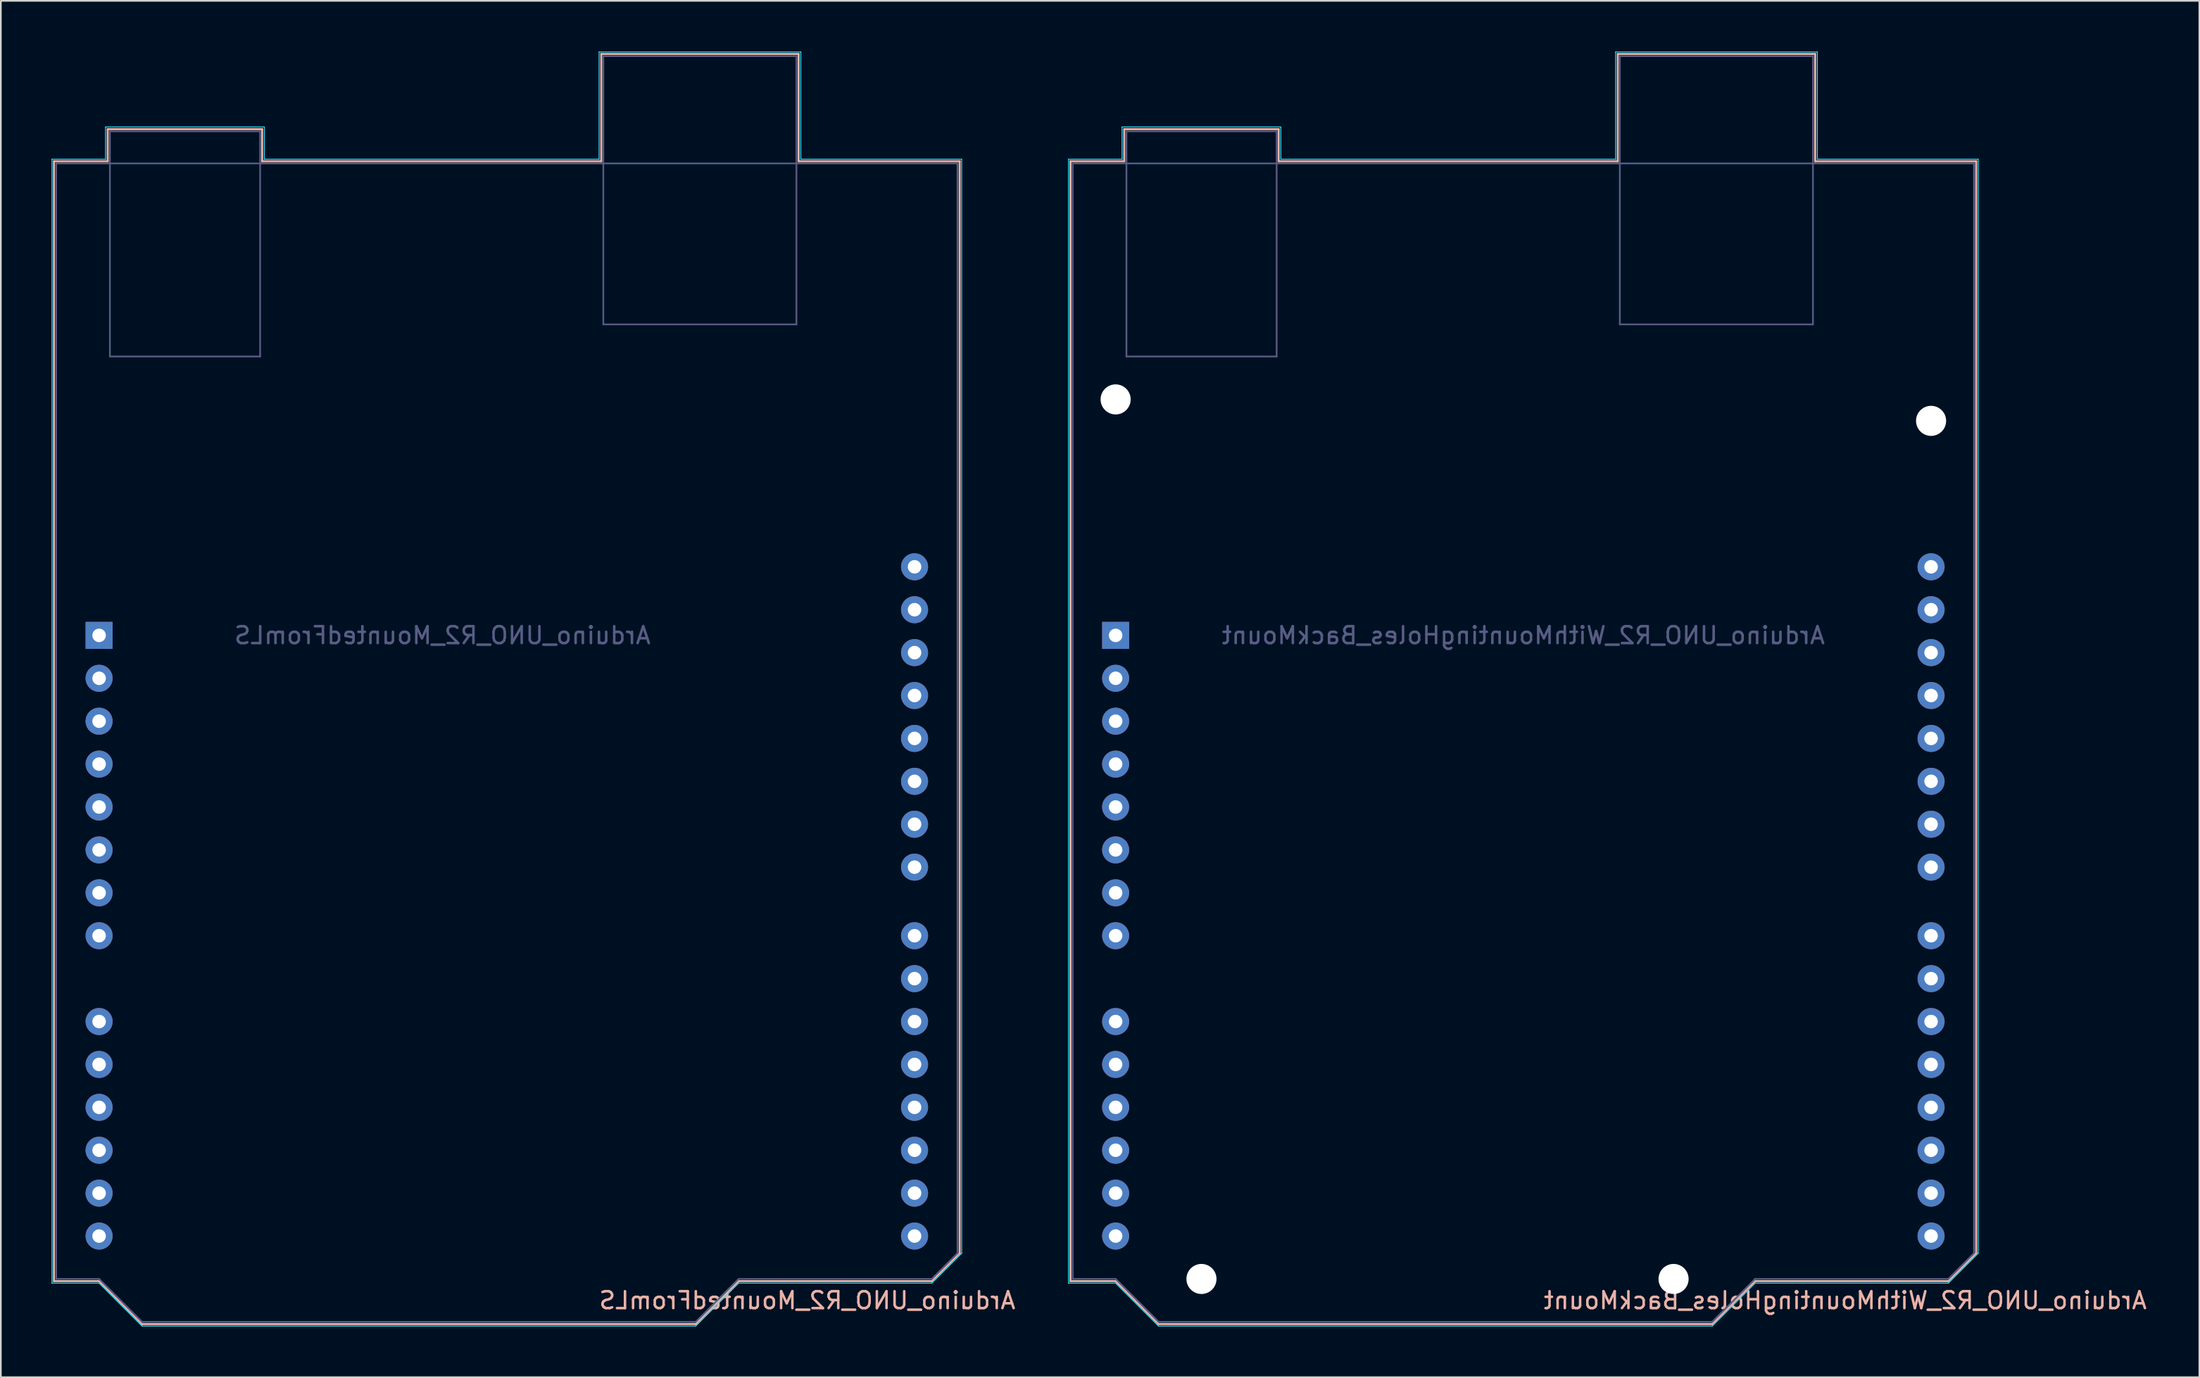
<source format=kicad_pcb>
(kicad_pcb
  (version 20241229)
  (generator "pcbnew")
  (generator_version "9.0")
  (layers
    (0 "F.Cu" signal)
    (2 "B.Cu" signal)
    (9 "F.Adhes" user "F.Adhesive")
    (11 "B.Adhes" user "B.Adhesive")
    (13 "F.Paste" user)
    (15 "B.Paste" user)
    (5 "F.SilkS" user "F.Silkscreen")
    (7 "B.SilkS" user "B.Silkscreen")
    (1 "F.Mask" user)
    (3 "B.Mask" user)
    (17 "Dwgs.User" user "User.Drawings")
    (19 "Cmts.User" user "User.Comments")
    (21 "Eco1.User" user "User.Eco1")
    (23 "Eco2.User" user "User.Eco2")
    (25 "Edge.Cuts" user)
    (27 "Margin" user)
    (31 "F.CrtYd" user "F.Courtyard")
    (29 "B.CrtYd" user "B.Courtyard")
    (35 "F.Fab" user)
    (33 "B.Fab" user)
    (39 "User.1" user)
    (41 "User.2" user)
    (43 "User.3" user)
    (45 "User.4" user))
  (footprint "Arduino_UNO_R2_WithMountingHoles_BackMount"
    (layer "F.Cu")
    (at 62.975 34.565)
    (property "Reference" "Arduino_UNO_R2_WithMountingHoles_BackMount" (at 43.18 39.37 0) (layer "B.SilkS") (effects (font (size 1 1) (thickness 0.15)) (justify mirror)))
    (attr through_hole)
    (fp_line (start -2.67 -28.07) (end 0.51 -28.07) (stroke (width 0.12) (type solid)) (layer "B.SilkS"))
    (fp_line (start -2.67 38.23) (end -2.67 -28.07) (stroke (width 0.12) (type solid)) (layer "B.SilkS"))
    (fp_line (start 0 38.23) (end -2.67 38.23) (stroke (width 0.12) (type solid)) (layer "B.SilkS"))
    (fp_line (start 0.51 -29.97) (end 9.65 -29.97) (stroke (width 0.12) (type solid)) (layer "B.SilkS"))
    (fp_line (start 0.51 -28.07) (end 0.51 -29.97) (stroke (width 0.12) (type solid)) (layer "B.SilkS"))
    (fp_line (start 2.54 40.77) (end 0 38.23) (stroke (width 0.12) (type solid)) (layer "B.SilkS"))
    (fp_line (start 9.65 -29.97) (end 9.65 -28.07) (stroke (width 0.12) (type solid)) (layer "B.SilkS"))
    (fp_line (start 9.65 -28.07) (end 29.72 -28.07) (stroke (width 0.12) (type solid)) (layer "B.SilkS"))
    (fp_line (start 29.72 -34.42) (end 41.4 -34.42) (stroke (width 0.12) (type solid)) (layer "B.SilkS"))
    (fp_line (start 29.72 -28.07) (end 29.72 -34.42) (stroke (width 0.12) (type solid)) (layer "B.SilkS"))
    (fp_line (start 35.31 40.77) (end 2.54 40.77) (stroke (width 0.12) (type solid)) (layer "B.SilkS"))
    (fp_line (start 37.85 38.23) (end 35.31 40.77) (stroke (width 0.12) (type solid)) (layer "B.SilkS"))
    (fp_line (start 41.4 -34.42) (end 41.4 -28.07) (stroke (width 0.12) (type solid)) (layer "B.SilkS"))
    (fp_line (start 41.4 -28.07) (end 50.93 -28.07) (stroke (width 0.12) (type solid)) (layer "B.SilkS"))
    (fp_line (start 49.28 38.23) (end 37.85 38.23) (stroke (width 0.12) (type solid)) (layer "B.SilkS"))
    (fp_line (start 50.93 -28.07) (end 50.93 36.58) (stroke (width 0.12) (type solid)) (layer "B.SilkS"))
    (fp_line (start 50.93 36.58) (end 49.28 38.23) (stroke (width 0.12) (type solid)) (layer "B.SilkS"))
    (fp_line (start -2.79 -28.19) (end -2.79 38.35) (stroke (width 0.05) (type solid)) (layer "B.CrtYd"))
    (fp_line (start -2.79 38.35) (end 0 38.35) (stroke (width 0.05) (type solid)) (layer "B.CrtYd"))
    (fp_line (start 0 38.35) (end 2.54 40.89) (stroke (width 0.05) (type solid)) (layer "B.CrtYd"))
    (fp_line (start 0.38 -30.1) (end 0.38 -28.19) (stroke (width 0.05) (type solid)) (layer "B.CrtYd"))
    (fp_line (start 0.38 -28.19) (end -2.79 -28.19) (stroke (width 0.05) (type solid)) (layer "B.CrtYd"))
    (fp_line (start 2.54 40.89) (end 35.31 40.89) (stroke (width 0.05) (type solid)) (layer "B.CrtYd"))
    (fp_line (start 9.78 -30.1) (end 0.38 -30.1) (stroke (width 0.05) (type solid)) (layer "B.CrtYd"))
    (fp_line (start 9.78 -28.19) (end 9.78 -30.1) (stroke (width 0.05) (type solid)) (layer "B.CrtYd"))
    (fp_line (start 29.59 -34.54) (end 29.59 -28.19) (stroke (width 0.05) (type solid)) (layer "B.CrtYd"))
    (fp_line (start 29.59 -28.19) (end 9.78 -28.19) (stroke (width 0.05) (type solid)) (layer "B.CrtYd"))
    (fp_line (start 35.31 40.89) (end 37.85 38.35) (stroke (width 0.05) (type solid)) (layer "B.CrtYd"))
    (fp_line (start 37.85 38.35) (end 49.28 38.35) (stroke (width 0.05) (type solid)) (layer "B.CrtYd"))
    (fp_line (start 41.53 -34.54) (end 29.59 -34.54) (stroke (width 0.05) (type solid)) (layer "B.CrtYd"))
    (fp_line (start 41.53 -28.19) (end 41.53 -34.54) (stroke (width 0.05) (type solid)) (layer "B.CrtYd"))
    (fp_line (start 49.28 38.35) (end 51.05 36.58) (stroke (width 0.05) (type solid)) (layer "B.CrtYd"))
    (fp_line (start 51.05 -28.19) (end 41.53 -28.19) (stroke (width 0.05) (type solid)) (layer "B.CrtYd"))
    (fp_line (start 51.05 36.58) (end 51.05 -28.19) (stroke (width 0.05) (type solid)) (layer "B.CrtYd"))
    (fp_line (start -2.54 -27.94) (end -2.54 38.1) (stroke (width 0.1) (type solid)) (layer "B.Fab"))
    (fp_line (start -2.54 38.1) (end 0 38.1) (stroke (width 0.1) (type solid)) (layer "B.Fab"))
    (fp_line (start 0 38.1) (end 2.54 40.64) (stroke (width 0.1) (type solid)) (layer "B.Fab"))
    (fp_line (start 0.64 -29.84) (end 0.64 -16.51) (stroke (width 0.1) (type solid)) (layer "B.Fab"))
    (fp_line (start 0.64 -16.51) (end 9.53 -16.51) (stroke (width 0.1) (type solid)) (layer "B.Fab"))
    (fp_line (start 2.54 40.64) (end 35.31 40.64) (stroke (width 0.1) (type solid)) (layer "B.Fab"))
    (fp_line (start 9.53 -29.84) (end 0.64 -29.84) (stroke (width 0.1) (type solid)) (layer "B.Fab"))
    (fp_line (start 9.53 -16.51) (end 9.53 -29.84) (stroke (width 0.1) (type solid)) (layer "B.Fab"))
    (fp_line (start 29.84 -34.29) (end 29.84 -18.41) (stroke (width 0.1) (type solid)) (layer "B.Fab"))
    (fp_line (start 29.84 -18.41) (end 41.27 -18.41) (stroke (width 0.1) (type solid)) (layer "B.Fab"))
    (fp_line (start 35.31 40.64) (end 37.85 38.1) (stroke (width 0.1) (type solid)) (layer "B.Fab"))
    (fp_line (start 37.85 38.1) (end 49.28 38.1) (stroke (width 0.1) (type solid)) (layer "B.Fab"))
    (fp_line (start 41.27 -34.29) (end 29.84 -34.29) (stroke (width 0.1) (type solid)) (layer "B.Fab"))
    (fp_line (start 41.27 -18.41) (end 41.27 -34.29) (stroke (width 0.1) (type solid)) (layer "B.Fab"))
    (fp_line (start 49.28 38.1) (end 50.8 36.58) (stroke (width 0.1) (type solid)) (layer "B.Fab"))
    (fp_line (start 50.8 -27.94) (end -2.54 -27.94) (stroke (width 0.1) (type solid)) (layer "B.Fab"))
    (fp_line (start 50.8 36.58) (end 50.8 -27.94) (stroke (width 0.1) (type solid)) (layer "B.Fab"))
    (fp_text user "${REFERENCE}" (at 24.13 0 0) (layer "B.Fab") (effects (font (size 1 1) (thickness 0.15)) (justify mirror)))
    (pad "" np_thru_hole circle (at 0 -13.97) (size 1.78 1.78) (drill 1.78) (layers "*.Cu" "*.Mask"))
    (pad "" np_thru_hole circle (at 5.08 38.1) (size 1.78 1.78) (drill 1.78) (layers "*.Cu" "*.Mask"))
    (pad "" np_thru_hole circle (at 33.02 38.1) (size 1.78 1.78) (drill 1.78) (layers "*.Cu" "*.Mask"))
    (pad "" np_thru_hole circle (at 48.26 -12.7) (size 1.78 1.78) (drill 1.78) (layers "*.Cu" "*.Mask"))
    (pad "1" thru_hole rect (at 0 0) (size 1.6 1.6) (drill 0.8) (layers "*.Cu" "*.Mask"))
    (pad "2" thru_hole oval (at 0 2.54) (size 1.6 1.6) (drill 0.8) (layers "*.Cu" "*.Mask"))
    (pad "3" thru_hole oval (at 0 5.08) (size 1.6 1.6) (drill 0.8) (layers "*.Cu" "*.Mask"))
    (pad "4" thru_hole oval (at 0 7.62) (size 1.6 1.6) (drill 0.8) (layers "*.Cu" "*.Mask"))
    (pad "5" thru_hole oval (at 0 10.16) (size 1.6 1.6) (drill 0.8) (layers "*.Cu" "*.Mask"))
    (pad "6" thru_hole oval (at 0 12.7) (size 1.6 1.6) (drill 0.8) (layers "*.Cu" "*.Mask"))
    (pad "7" thru_hole oval (at 0 15.24) (size 1.6 1.6) (drill 0.8) (layers "*.Cu" "*.Mask"))
    (pad "8" thru_hole oval (at 0 17.78) (size 1.6 1.6) (drill 0.8) (layers "*.Cu" "*.Mask"))
    (pad "9" thru_hole oval (at 0 22.86) (size 1.6 1.6) (drill 0.8) (layers "*.Cu" "*.Mask"))
    (pad "10" thru_hole oval (at 0 25.4) (size 1.6 1.6) (drill 0.8) (layers "*.Cu" "*.Mask"))
    (pad "11" thru_hole oval (at 0 27.94) (size 1.6 1.6) (drill 0.8) (layers "*.Cu" "*.Mask"))
    (pad "12" thru_hole oval (at 0 30.48) (size 1.6 1.6) (drill 0.8) (layers "*.Cu" "*.Mask"))
    (pad "13" thru_hole oval (at 0 33.02) (size 1.6 1.6) (drill 0.8) (layers "*.Cu" "*.Mask"))
    (pad "14" thru_hole oval (at 0 35.56) (size 1.6 1.6) (drill 0.8) (layers "*.Cu" "*.Mask"))
    (pad "15" thru_hole oval (at 48.26 35.56) (size 1.6 1.6) (drill 0.8) (layers "*.Cu" "*.Mask"))
    (pad "16" thru_hole oval (at 48.26 33.02) (size 1.6 1.6) (drill 0.8) (layers "*.Cu" "*.Mask"))
    (pad "17" thru_hole oval (at 48.26 30.48) (size 1.6 1.6) (drill 0.8) (layers "*.Cu" "*.Mask"))
    (pad "18" thru_hole oval (at 48.26 27.94) (size 1.6 1.6) (drill 0.8) (layers "*.Cu" "*.Mask"))
    (pad "19" thru_hole oval (at 48.26 25.4) (size 1.6 1.6) (drill 0.8) (layers "*.Cu" "*.Mask"))
    (pad "20" thru_hole oval (at 48.26 22.86) (size 1.6 1.6) (drill 0.8) (layers "*.Cu" "*.Mask"))
    (pad "21" thru_hole oval (at 48.26 20.32) (size 1.6 1.6) (drill 0.8) (layers "*.Cu" "*.Mask"))
    (pad "22" thru_hole oval (at 48.26 17.78) (size 1.6 1.6) (drill 0.8) (layers "*.Cu" "*.Mask"))
    (pad "23" thru_hole oval (at 48.26 13.72) (size 1.6 1.6) (drill 0.8) (layers "*.Cu" "*.Mask"))
    (pad "24" thru_hole oval (at 48.26 11.18) (size 1.6 1.6) (drill 0.8) (layers "*.Cu" "*.Mask"))
    (pad "25" thru_hole oval (at 48.26 8.64) (size 1.6 1.6) (drill 0.8) (layers "*.Cu" "*.Mask"))
    (pad "26" thru_hole oval (at 48.26 6.1) (size 1.6 1.6) (drill 0.8) (layers "*.Cu" "*.Mask"))
    (pad "27" thru_hole oval (at 48.26 3.56) (size 1.6 1.6) (drill 0.8) (layers "*.Cu" "*.Mask"))
    (pad "28" thru_hole oval (at 48.26 1.02) (size 1.6 1.6) (drill 0.8) (layers "*.Cu" "*.Mask"))
    (pad "29" thru_hole oval (at 48.26 -1.52) (size 1.6 1.6) (drill 0.8) (layers "*.Cu" "*.Mask"))
    (pad "30" thru_hole oval (at 48.26 -4.06) (size 1.6 1.6) (drill 0.8) (layers "*.Cu" "*.Mask")))
  (footprint "Arduino_UNO_R2_MountedFromLS"
    (layer "F.Cu")
    (at 2.815 34.565)
    (property "Reference" "Arduino_UNO_R2_MountedFromLS" (at 41.91 39.37 0) (layer "B.SilkS") (effects (font (size 1 1) (thickness 0.15)) (justify mirror)))
    (attr through_hole)
    (fp_line (start -2.67 -28.07) (end 0.51 -28.07) (stroke (width 0.12) (type solid)) (layer "B.SilkS"))
    (fp_line (start -2.67 38.23) (end -2.67 -28.07) (stroke (width 0.12) (type solid)) (layer "B.SilkS"))
    (fp_line (start 0 38.23) (end -2.67 38.23) (stroke (width 0.12) (type solid)) (layer "B.SilkS"))
    (fp_line (start 0.51 -29.97) (end 9.65 -29.97) (stroke (width 0.12) (type solid)) (layer "B.SilkS"))
    (fp_line (start 0.51 -28.07) (end 0.51 -29.97) (stroke (width 0.12) (type solid)) (layer "B.SilkS"))
    (fp_line (start 2.54 40.77) (end 0 38.23) (stroke (width 0.12) (type solid)) (layer "B.SilkS"))
    (fp_line (start 9.65 -29.97) (end 9.65 -28.07) (stroke (width 0.12) (type solid)) (layer "B.SilkS"))
    (fp_line (start 9.65 -28.07) (end 29.72 -28.07) (stroke (width 0.12) (type solid)) (layer "B.SilkS"))
    (fp_line (start 29.72 -34.42) (end 41.4 -34.42) (stroke (width 0.12) (type solid)) (layer "B.SilkS"))
    (fp_line (start 29.72 -28.07) (end 29.72 -34.42) (stroke (width 0.12) (type solid)) (layer "B.SilkS"))
    (fp_line (start 35.31 40.77) (end 2.54 40.77) (stroke (width 0.12) (type solid)) (layer "B.SilkS"))
    (fp_line (start 37.85 38.23) (end 35.31 40.77) (stroke (width 0.12) (type solid)) (layer "B.SilkS"))
    (fp_line (start 41.4 -34.42) (end 41.4 -28.07) (stroke (width 0.12) (type solid)) (layer "B.SilkS"))
    (fp_line (start 41.4 -28.07) (end 50.93 -28.07) (stroke (width 0.12) (type solid)) (layer "B.SilkS"))
    (fp_line (start 49.28 38.23) (end 37.85 38.23) (stroke (width 0.12) (type solid)) (layer "B.SilkS"))
    (fp_line (start 50.93 -28.07) (end 50.93 36.58) (stroke (width 0.12) (type solid)) (layer "B.SilkS"))
    (fp_line (start 50.93 36.58) (end 49.28 38.23) (stroke (width 0.12) (type solid)) (layer "B.SilkS"))
    (fp_line (start -2.79 -28.19) (end -2.79 38.35) (stroke (width 0.05) (type solid)) (layer "B.CrtYd"))
    (fp_line (start -2.79 38.35) (end 0 38.35) (stroke (width 0.05) (type solid)) (layer "B.CrtYd"))
    (fp_line (start 0 38.35) (end 2.54 40.89) (stroke (width 0.05) (type solid)) (layer "B.CrtYd"))
    (fp_line (start 0.38 -30.1) (end 0.38 -28.19) (stroke (width 0.05) (type solid)) (layer "B.CrtYd"))
    (fp_line (start 0.38 -28.19) (end -2.79 -28.19) (stroke (width 0.05) (type solid)) (layer "B.CrtYd"))
    (fp_line (start 2.54 40.89) (end 35.31 40.89) (stroke (width 0.05) (type solid)) (layer "B.CrtYd"))
    (fp_line (start 9.78 -30.1) (end 0.38 -30.1) (stroke (width 0.05) (type solid)) (layer "B.CrtYd"))
    (fp_line (start 9.78 -28.19) (end 9.78 -30.1) (stroke (width 0.05) (type solid)) (layer "B.CrtYd"))
    (fp_line (start 29.59 -34.54) (end 29.59 -28.19) (stroke (width 0.05) (type solid)) (layer "B.CrtYd"))
    (fp_line (start 29.59 -28.19) (end 9.78 -28.19) (stroke (width 0.05) (type solid)) (layer "B.CrtYd"))
    (fp_line (start 35.31 40.89) (end 37.85 38.35) (stroke (width 0.05) (type solid)) (layer "B.CrtYd"))
    (fp_line (start 37.85 38.35) (end 49.28 38.35) (stroke (width 0.05) (type solid)) (layer "B.CrtYd"))
    (fp_line (start 41.53 -34.54) (end 29.59 -34.54) (stroke (width 0.05) (type solid)) (layer "B.CrtYd"))
    (fp_line (start 41.53 -28.19) (end 41.53 -34.54) (stroke (width 0.05) (type solid)) (layer "B.CrtYd"))
    (fp_line (start 49.28 38.35) (end 51.05 36.58) (stroke (width 0.05) (type solid)) (layer "B.CrtYd"))
    (fp_line (start 51.05 -28.19) (end 41.53 -28.19) (stroke (width 0.05) (type solid)) (layer "B.CrtYd"))
    (fp_line (start 51.05 36.58) (end 51.05 -28.19) (stroke (width 0.05) (type solid)) (layer "B.CrtYd"))
    (fp_line (start -2.54 -27.94) (end -2.54 38.1) (stroke (width 0.1) (type solid)) (layer "B.Fab"))
    (fp_line (start -2.54 38.1) (end 0 38.1) (stroke (width 0.1) (type solid)) (layer "B.Fab"))
    (fp_line (start 0 38.1) (end 2.54 40.64) (stroke (width 0.1) (type solid)) (layer "B.Fab"))
    (fp_line (start 0.64 -29.84) (end 0.64 -16.51) (stroke (width 0.1) (type solid)) (layer "B.Fab"))
    (fp_line (start 0.64 -16.51) (end 9.53 -16.51) (stroke (width 0.1) (type solid)) (layer "B.Fab"))
    (fp_line (start 2.54 40.64) (end 35.31 40.64) (stroke (width 0.1) (type solid)) (layer "B.Fab"))
    (fp_line (start 9.53 -29.84) (end 0.64 -29.84) (stroke (width 0.1) (type solid)) (layer "B.Fab"))
    (fp_line (start 9.53 -16.51) (end 9.53 -29.84) (stroke (width 0.1) (type solid)) (layer "B.Fab"))
    (fp_line (start 29.84 -34.29) (end 29.84 -18.41) (stroke (width 0.1) (type solid)) (layer "B.Fab"))
    (fp_line (start 29.84 -18.41) (end 41.27 -18.41) (stroke (width 0.1) (type solid)) (layer "B.Fab"))
    (fp_line (start 35.31 40.64) (end 37.85 38.1) (stroke (width 0.1) (type solid)) (layer "B.Fab"))
    (fp_line (start 37.85 38.1) (end 49.28 38.1) (stroke (width 0.1) (type solid)) (layer "B.Fab"))
    (fp_line (start 41.27 -34.29) (end 29.84 -34.29) (stroke (width 0.1) (type solid)) (layer "B.Fab"))
    (fp_line (start 41.27 -18.41) (end 41.27 -34.29) (stroke (width 0.1) (type solid)) (layer "B.Fab"))
    (fp_line (start 49.28 38.1) (end 50.8 36.58) (stroke (width 0.1) (type solid)) (layer "B.Fab"))
    (fp_line (start 50.8 -27.94) (end -2.54 -27.94) (stroke (width 0.1) (type solid)) (layer "B.Fab"))
    (fp_line (start 50.8 36.58) (end 50.8 -27.94) (stroke (width 0.1) (type solid)) (layer "B.Fab"))
    (fp_text user "${REFERENCE}" (at 20.32 0 0) (layer "B.Fab") (effects (font (size 1 1) (thickness 0.15)) (justify mirror)))
    (pad "1" thru_hole rect (at 0 0) (size 1.6 1.6) (drill 0.8) (layers "*.Cu" "*.Mask"))
    (pad "2" thru_hole oval (at 0 2.54) (size 1.6 1.6) (drill 0.8) (layers "*.Cu" "*.Mask"))
    (pad "3" thru_hole oval (at 0 5.08) (size 1.6 1.6) (drill 0.8) (layers "*.Cu" "*.Mask"))
    (pad "4" thru_hole oval (at 0 7.62) (size 1.6 1.6) (drill 0.8) (layers "*.Cu" "*.Mask"))
    (pad "5" thru_hole oval (at 0 10.16) (size 1.6 1.6) (drill 0.8) (layers "*.Cu" "*.Mask"))
    (pad "6" thru_hole oval (at 0 12.7) (size 1.6 1.6) (drill 0.8) (layers "*.Cu" "*.Mask"))
    (pad "7" thru_hole oval (at 0 15.24) (size 1.6 1.6) (drill 0.8) (layers "*.Cu" "*.Mask"))
    (pad "8" thru_hole oval (at 0 17.78) (size 1.6 1.6) (drill 0.8) (layers "*.Cu" "*.Mask"))
    (pad "9" thru_hole oval (at 0 22.86) (size 1.6 1.6) (drill 0.8) (layers "*.Cu" "*.Mask"))
    (pad "10" thru_hole oval (at 0 25.4) (size 1.6 1.6) (drill 0.8) (layers "*.Cu" "*.Mask"))
    (pad "11" thru_hole oval (at 0 27.94) (size 1.6 1.6) (drill 0.8) (layers "*.Cu" "*.Mask"))
    (pad "12" thru_hole oval (at 0 30.48) (size 1.6 1.6) (drill 0.8) (layers "*.Cu" "*.Mask"))
    (pad "13" thru_hole oval (at 0 33.02) (size 1.6 1.6) (drill 0.8) (layers "*.Cu" "*.Mask"))
    (pad "14" thru_hole oval (at 0 35.56) (size 1.6 1.6) (drill 0.8) (layers "*.Cu" "*.Mask"))
    (pad "15" thru_hole oval (at 48.26 35.56) (size 1.6 1.6) (drill 0.8) (layers "*.Cu" "*.Mask"))
    (pad "16" thru_hole oval (at 48.26 33.02) (size 1.6 1.6) (drill 0.8) (layers "*.Cu" "*.Mask"))
    (pad "17" thru_hole oval (at 48.26 30.48) (size 1.6 1.6) (drill 0.8) (layers "*.Cu" "*.Mask"))
    (pad "18" thru_hole oval (at 48.26 27.94) (size 1.6 1.6) (drill 0.8) (layers "*.Cu" "*.Mask"))
    (pad "19" thru_hole oval (at 48.26 25.4) (size 1.6 1.6) (drill 0.8) (layers "*.Cu" "*.Mask"))
    (pad "20" thru_hole oval (at 48.26 22.86) (size 1.6 1.6) (drill 0.8) (layers "*.Cu" "*.Mask"))
    (pad "21" thru_hole oval (at 48.26 20.32) (size 1.6 1.6) (drill 0.8) (layers "*.Cu" "*.Mask"))
    (pad "22" thru_hole oval (at 48.26 17.78) (size 1.6 1.6) (drill 0.8) (layers "*.Cu" "*.Mask"))
    (pad "23" thru_hole oval (at 48.26 13.72) (size 1.6 1.6) (drill 0.8) (layers "*.Cu" "*.Mask"))
    (pad "24" thru_hole oval (at 48.26 11.18) (size 1.6 1.6) (drill 0.8) (layers "*.Cu" "*.Mask"))
    (pad "25" thru_hole oval (at 48.26 8.64) (size 1.6 1.6) (drill 0.8) (layers "*.Cu" "*.Mask"))
    (pad "26" thru_hole oval (at 48.26 6.1) (size 1.6 1.6) (drill 0.8) (layers "*.Cu" "*.Mask"))
    (pad "27" thru_hole oval (at 48.26 3.56) (size 1.6 1.6) (drill 0.8) (layers "*.Cu" "*.Mask"))
    (pad "28" thru_hole oval (at 48.26 1.02) (size 1.6 1.6) (drill 0.8) (layers "*.Cu" "*.Mask"))
    (pad "29" thru_hole oval (at 48.26 -1.52) (size 1.6 1.6) (drill 0.8) (layers "*.Cu" "*.Mask"))
    (pad "30" thru_hole oval (at 48.26 -4.06) (size 1.6 1.6) (drill 0.8) (layers "*.Cu" "*.Mask")))
  (gr_rect
    (start -3 -3)
    (end 127.113 78.48)
    (stroke (width 0.1) (type default))
    (fill no)
    (layer "Edge.Cuts")))
</source>
